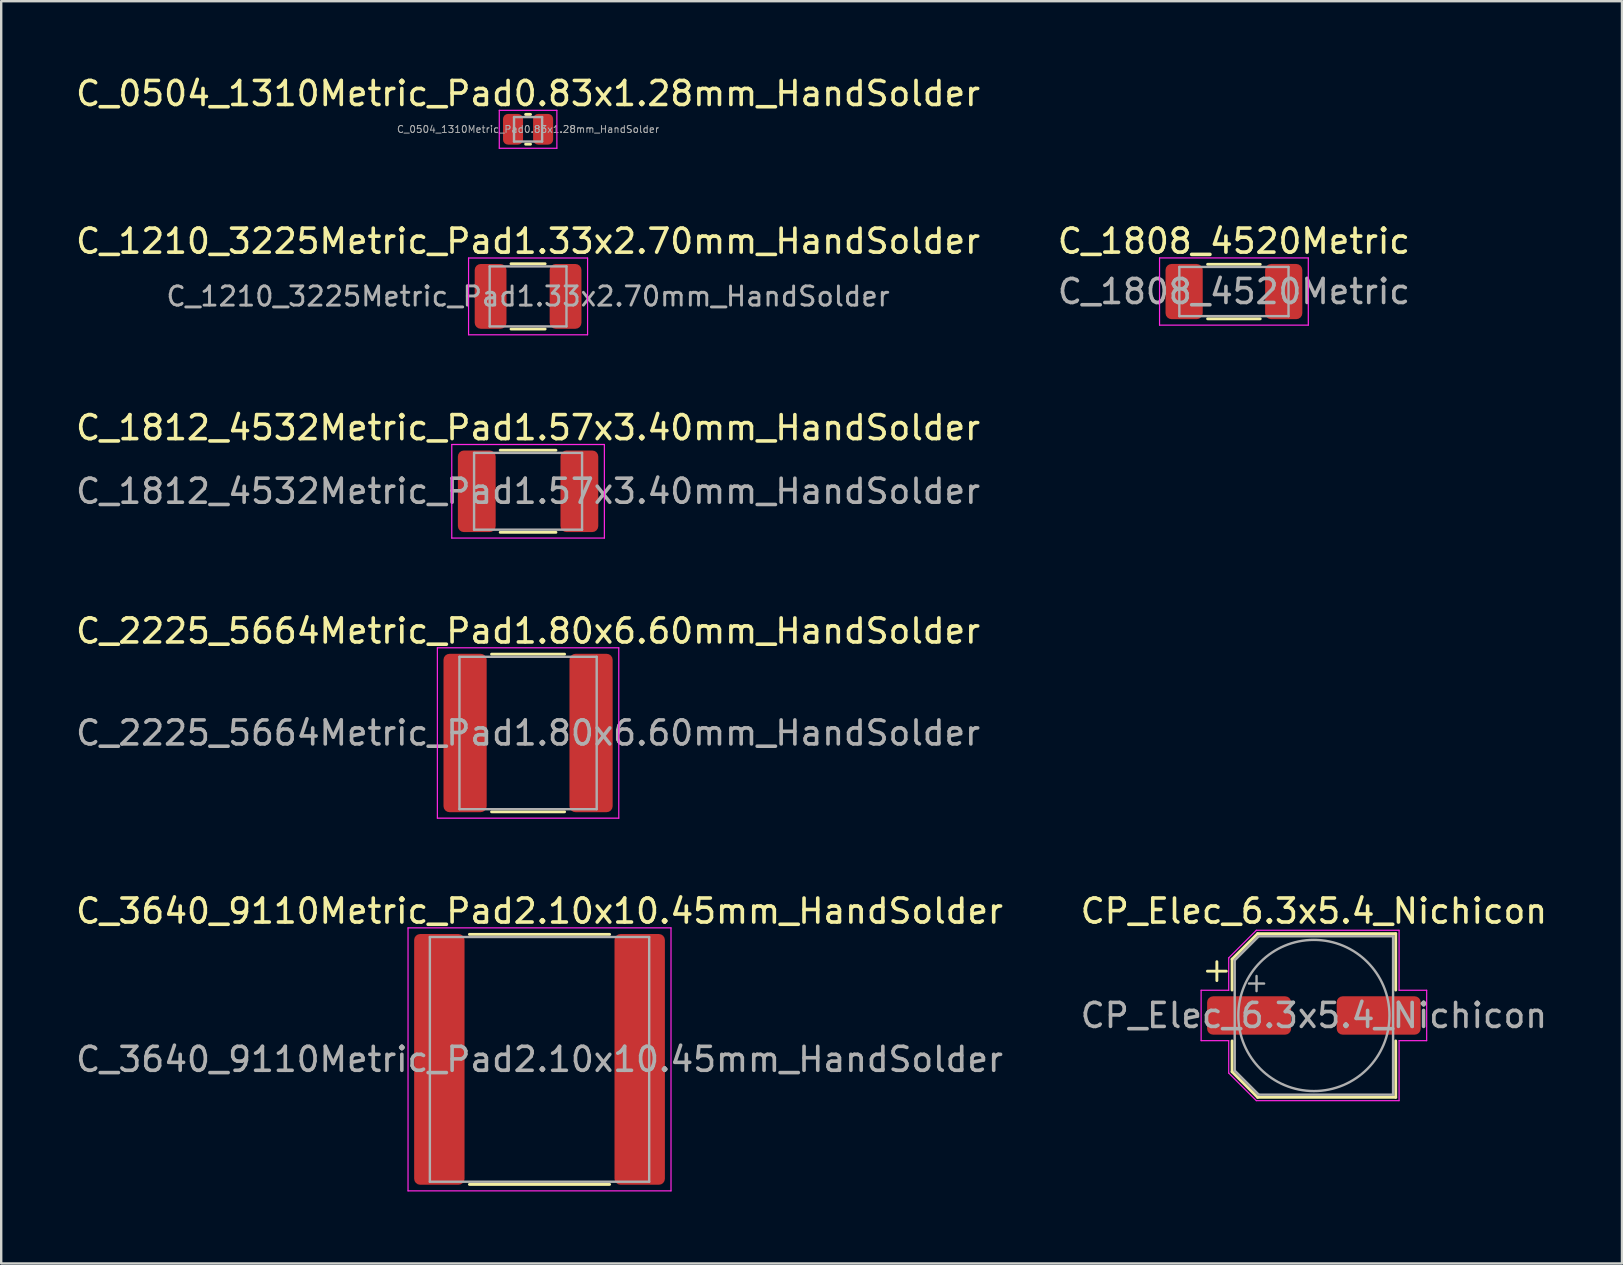
<source format=kicad_pcb>
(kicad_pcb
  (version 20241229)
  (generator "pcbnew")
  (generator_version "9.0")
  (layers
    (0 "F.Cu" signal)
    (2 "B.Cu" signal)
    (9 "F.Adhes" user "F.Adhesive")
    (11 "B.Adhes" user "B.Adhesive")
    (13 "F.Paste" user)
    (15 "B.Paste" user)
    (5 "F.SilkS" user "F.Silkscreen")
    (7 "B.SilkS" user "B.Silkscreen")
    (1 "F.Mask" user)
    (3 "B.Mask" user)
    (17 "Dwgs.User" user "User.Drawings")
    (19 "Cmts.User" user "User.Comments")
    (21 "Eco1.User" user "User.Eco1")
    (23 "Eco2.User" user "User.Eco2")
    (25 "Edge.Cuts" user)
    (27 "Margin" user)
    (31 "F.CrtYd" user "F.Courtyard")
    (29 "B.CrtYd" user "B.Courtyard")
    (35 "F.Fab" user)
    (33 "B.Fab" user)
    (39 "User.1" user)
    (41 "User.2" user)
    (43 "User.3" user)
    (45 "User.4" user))
  (footprint "C_1812_4532Metric_Pad1.57x3.40mm_HandSolder"
    (layer "F.Cu")
    (at 18.958 17.425)
    (property "Reference" "C_1812_4532Metric_Pad1.57x3.40mm_HandSolder" (at 0 -2.65 0) (layer "F.SilkS") (effects (font (size 1 1) (thickness 0.15))))
    (attr smd)
    (fp_line (start -1.161 -1.71) (end 1.161 -1.71) (stroke (width 0.12) (type solid)) (layer "F.SilkS"))
    (fp_line (start -1.161 1.71) (end 1.161 1.71) (stroke (width 0.12) (type solid)) (layer "F.SilkS"))
    (fp_line (start -3.18 -1.95) (end 3.18 -1.95) (stroke (width 0.05) (type solid)) (layer "F.CrtYd"))
    (fp_line (start -3.18 1.95) (end -3.18 -1.95) (stroke (width 0.05) (type solid)) (layer "F.CrtYd"))
    (fp_line (start 3.18 -1.95) (end 3.18 1.95) (stroke (width 0.05) (type solid)) (layer "F.CrtYd"))
    (fp_line (start 3.18 1.95) (end -3.18 1.95) (stroke (width 0.05) (type solid)) (layer "F.CrtYd"))
    (fp_line (start -2.25 -1.6) (end 2.25 -1.6) (stroke (width 0.1) (type solid)) (layer "F.Fab"))
    (fp_line (start -2.25 1.6) (end -2.25 -1.6) (stroke (width 0.1) (type solid)) (layer "F.Fab"))
    (fp_line (start 2.25 -1.6) (end 2.25 1.6) (stroke (width 0.1) (type solid)) (layer "F.Fab"))
    (fp_line (start 2.25 1.6) (end -2.25 1.6) (stroke (width 0.1) (type solid)) (layer "F.Fab"))
    (fp_text user "${REFERENCE}" (at 0 0 0) (layer "F.Fab") (effects (font (size 1 1) (thickness 0.15))))
    (pad "1" smd roundrect (at -2.138 0) (size 1.575 3.4) (layers "F.Cu" "F.Mask" "F.Paste") (roundrect_rratio 0.159))
    (pad "2" smd roundrect (at 2.138 0) (size 1.575 3.4) (layers "F.Cu" "F.Mask" "F.Paste") (roundrect_rratio 0.159)))
  (footprint "C_2225_5664Metric_Pad1.80x6.60mm_HandSolder"
    (layer "F.Cu")
    (at 18.958 27.498)
    (property "Reference" "C_2225_5664Metric_Pad1.80x6.60mm_HandSolder" (at 0 -4.25 0) (layer "F.SilkS") (effects (font (size 1 1) (thickness 0.15))))
    (attr smd)
    (fp_line (start -1.522 -3.285) (end 1.522 -3.285) (stroke (width 0.12) (type solid)) (layer "F.SilkS"))
    (fp_line (start -1.522 3.285) (end 1.522 3.285) (stroke (width 0.12) (type solid)) (layer "F.SilkS"))
    (fp_line (start -3.78 -3.55) (end 3.78 -3.55) (stroke (width 0.05) (type solid)) (layer "F.CrtYd"))
    (fp_line (start -3.78 3.55) (end -3.78 -3.55) (stroke (width 0.05) (type solid)) (layer "F.CrtYd"))
    (fp_line (start 3.78 -3.55) (end 3.78 3.55) (stroke (width 0.05) (type solid)) (layer "F.CrtYd"))
    (fp_line (start 3.78 3.55) (end -3.78 3.55) (stroke (width 0.05) (type solid)) (layer "F.CrtYd"))
    (fp_line (start -2.86 -3.175) (end 2.86 -3.175) (stroke (width 0.1) (type solid)) (layer "F.Fab"))
    (fp_line (start -2.86 3.175) (end -2.86 -3.175) (stroke (width 0.1) (type solid)) (layer "F.Fab"))
    (fp_line (start 2.86 -3.175) (end 2.86 3.175) (stroke (width 0.1) (type solid)) (layer "F.Fab"))
    (fp_line (start 2.86 3.175) (end -2.86 3.175) (stroke (width 0.1) (type solid)) (layer "F.Fab"))
    (fp_text user "${REFERENCE}" (at 0 0 0) (layer "F.Fab") (effects (font (size 1 1) (thickness 0.15))))
    (pad "1" smd roundrect (at -2.625 0) (size 1.8 6.6) (layers "F.Cu" "F.Mask" "F.Paste") (roundrect_rratio 0.139))
    (pad "2" smd roundrect (at 2.625 0) (size 1.8 6.6) (layers "F.Cu" "F.Mask" "F.Paste") (roundrect_rratio 0.139)))
  (footprint "C_0504_1310Metric_Pad0.83x1.28mm_HandSolder"
    (layer "F.Cu")
    (at 18.958 2.338)
    (property "Reference" "C_0504_1310Metric_Pad0.83x1.28mm_HandSolder" (at 0 -1.49 0) (layer "F.SilkS") (effects (font (size 1 1) (thickness 0.15))))
    (attr smd)
    (fp_line (start -0.102 -0.62) (end 0.102 -0.62) (stroke (width 0.12) (type solid)) (layer "F.SilkS"))
    (fp_line (start -0.102 0.62) (end 0.102 0.62) (stroke (width 0.12) (type solid)) (layer "F.SilkS"))
    (fp_line (start -1.2 -0.79) (end 1.2 -0.79) (stroke (width 0.05) (type solid)) (layer "F.CrtYd"))
    (fp_line (start -1.2 0.79) (end -1.2 -0.79) (stroke (width 0.05) (type solid)) (layer "F.CrtYd"))
    (fp_line (start 1.2 -0.79) (end 1.2 0.79) (stroke (width 0.05) (type solid)) (layer "F.CrtYd"))
    (fp_line (start 1.2 0.79) (end -1.2 0.79) (stroke (width 0.05) (type solid)) (layer "F.CrtYd"))
    (fp_line (start -0.585 -0.51) (end 0.585 -0.51) (stroke (width 0.1) (type solid)) (layer "F.Fab"))
    (fp_line (start -0.585 0.51) (end -0.585 -0.51) (stroke (width 0.1) (type solid)) (layer "F.Fab"))
    (fp_line (start 0.585 -0.51) (end 0.585 0.51) (stroke (width 0.1) (type solid)) (layer "F.Fab"))
    (fp_line (start 0.585 0.51) (end -0.585 0.51) (stroke (width 0.1) (type solid)) (layer "F.Fab"))
    (fp_text user "${REFERENCE}" (at 0 0 0) (layer "F.Fab") (effects (font (size 0.29 0.29) (thickness 0.04))))
    (pad "1" smd roundrect (at -0.627 0) (size 0.835 1.28) (layers "F.Cu" "F.Mask" "F.Paste") (roundrect_rratio 0.25))
    (pad "2" smd roundrect (at 0.627 0) (size 0.835 1.28) (layers "F.Cu" "F.Mask" "F.Paste") (roundrect_rratio 0.25)))
  (footprint "C_1210_3225Metric_Pad1.33x2.70mm_HandSolder"
    (layer "F.Cu")
    (at 18.958 9.302)
    (property "Reference" "C_1210_3225Metric_Pad1.33x2.70mm_HandSolder" (at 0 -2.3 0) (layer "F.SilkS") (effects (font (size 1 1) (thickness 0.15))))
    (attr smd)
    (fp_line (start -0.711 -1.36) (end 0.711 -1.36) (stroke (width 0.12) (type solid)) (layer "F.SilkS"))
    (fp_line (start -0.711 1.36) (end 0.711 1.36) (stroke (width 0.12) (type solid)) (layer "F.SilkS"))
    (fp_line (start -2.48 -1.6) (end 2.48 -1.6) (stroke (width 0.05) (type solid)) (layer "F.CrtYd"))
    (fp_line (start -2.48 1.6) (end -2.48 -1.6) (stroke (width 0.05) (type solid)) (layer "F.CrtYd"))
    (fp_line (start 2.48 -1.6) (end 2.48 1.6) (stroke (width 0.05) (type solid)) (layer "F.CrtYd"))
    (fp_line (start 2.48 1.6) (end -2.48 1.6) (stroke (width 0.05) (type solid)) (layer "F.CrtYd"))
    (fp_line (start -1.6 -1.25) (end 1.6 -1.25) (stroke (width 0.1) (type solid)) (layer "F.Fab"))
    (fp_line (start -1.6 1.25) (end -1.6 -1.25) (stroke (width 0.1) (type solid)) (layer "F.Fab"))
    (fp_line (start 1.6 -1.25) (end 1.6 1.25) (stroke (width 0.1) (type solid)) (layer "F.Fab"))
    (fp_line (start 1.6 1.25) (end -1.6 1.25) (stroke (width 0.1) (type solid)) (layer "F.Fab"))
    (fp_text user "${REFERENCE}" (at 0 0 0) (layer "F.Fab") (effects (font (size 0.8 0.8) (thickness 0.12))))
    (pad "1" smd roundrect (at -1.562 0) (size 1.325 2.7) (layers "F.Cu" "F.Mask" "F.Paste") (roundrect_rratio 0.189))
    (pad "2" smd roundrect (at 1.562 0) (size 1.325 2.7) (layers "F.Cu" "F.Mask" "F.Paste") (roundrect_rratio 0.189)))
  (footprint "CP_Elec_6.3x5.4_Nichicon"
    (layer "F.Cu")
    (at 51.708 39.271)
    (property "Reference" "CP_Elec_6.3x5.4_Nichicon" (at 0 -4.35 0) (layer "F.SilkS") (effects (font (size 1 1) (thickness 0.15))))
    (attr smd)
    (fp_line (start -4.438 -1.847) (end -3.65 -1.847) (stroke (width 0.12) (type solid)) (layer "F.SilkS"))
    (fp_line (start -4.044 -2.241) (end -4.044 -1.454) (stroke (width 0.12) (type solid)) (layer "F.SilkS"))
    (fp_line (start -3.41 -2.346) (end -3.41 -1.06) (stroke (width 0.12) (type solid)) (layer "F.SilkS"))
    (fp_line (start -3.41 -2.346) (end -2.346 -3.41) (stroke (width 0.12) (type solid)) (layer "F.SilkS"))
    (fp_line (start -3.41 2.346) (end -3.41 1.06) (stroke (width 0.12) (type solid)) (layer "F.SilkS"))
    (fp_line (start -3.41 2.346) (end -2.346 3.41) (stroke (width 0.12) (type solid)) (layer "F.SilkS"))
    (fp_line (start -2.346 -3.41) (end 3.41 -3.41) (stroke (width 0.12) (type solid)) (layer "F.SilkS"))
    (fp_line (start -2.346 3.41) (end 3.41 3.41) (stroke (width 0.12) (type solid)) (layer "F.SilkS"))
    (fp_line (start 3.41 -3.41) (end 3.41 -1.06) (stroke (width 0.12) (type solid)) (layer "F.SilkS"))
    (fp_line (start 3.41 3.41) (end 3.41 1.06) (stroke (width 0.12) (type solid)) (layer "F.SilkS"))
    (fp_line (start -4.7 -1.05) (end -4.7 1.05) (stroke (width 0.05) (type solid)) (layer "F.CrtYd"))
    (fp_line (start -4.7 1.05) (end -3.55 1.05) (stroke (width 0.05) (type solid)) (layer "F.CrtYd"))
    (fp_line (start -3.55 -2.4) (end -3.55 -1.05) (stroke (width 0.05) (type solid)) (layer "F.CrtYd"))
    (fp_line (start -3.55 -2.4) (end -2.4 -3.55) (stroke (width 0.05) (type solid)) (layer "F.CrtYd"))
    (fp_line (start -3.55 -1.05) (end -4.7 -1.05) (stroke (width 0.05) (type solid)) (layer "F.CrtYd"))
    (fp_line (start -3.55 1.05) (end -3.55 2.4) (stroke (width 0.05) (type solid)) (layer "F.CrtYd"))
    (fp_line (start -3.55 2.4) (end -2.4 3.55) (stroke (width 0.05) (type solid)) (layer "F.CrtYd"))
    (fp_line (start -2.4 -3.55) (end 3.55 -3.55) (stroke (width 0.05) (type solid)) (layer "F.CrtYd"))
    (fp_line (start -2.4 3.55) (end 3.55 3.55) (stroke (width 0.05) (type solid)) (layer "F.CrtYd"))
    (fp_line (start 3.55 -3.55) (end 3.55 -1.05) (stroke (width 0.05) (type solid)) (layer "F.CrtYd"))
    (fp_line (start 3.55 -1.05) (end 4.7 -1.05) (stroke (width 0.05) (type solid)) (layer "F.CrtYd"))
    (fp_line (start 3.55 1.05) (end 3.55 3.55) (stroke (width 0.05) (type solid)) (layer "F.CrtYd"))
    (fp_line (start 4.7 -1.05) (end 4.7 1.05) (stroke (width 0.05) (type solid)) (layer "F.CrtYd"))
    (fp_line (start 4.7 1.05) (end 3.55 1.05) (stroke (width 0.05) (type solid)) (layer "F.CrtYd"))
    (fp_line (start -3.3 -2.3) (end -3.3 2.3) (stroke (width 0.1) (type solid)) (layer "F.Fab"))
    (fp_line (start -3.3 -2.3) (end -2.3 -3.3) (stroke (width 0.1) (type solid)) (layer "F.Fab"))
    (fp_line (start -3.3 2.3) (end -2.3 3.3) (stroke (width 0.1) (type solid)) (layer "F.Fab"))
    (fp_line (start -2.705 -1.33) (end -2.075 -1.33) (stroke (width 0.1) (type solid)) (layer "F.Fab"))
    (fp_line (start -2.39 -1.645) (end -2.39 -1.015) (stroke (width 0.1) (type solid)) (layer "F.Fab"))
    (fp_line (start -2.3 -3.3) (end 3.3 -3.3) (stroke (width 0.1) (type solid)) (layer "F.Fab"))
    (fp_line (start -2.3 3.3) (end 3.3 3.3) (stroke (width 0.1) (type solid)) (layer "F.Fab"))
    (fp_line (start 3.3 -3.3) (end 3.3 3.3) (stroke (width 0.1) (type solid)) (layer "F.Fab"))
    (fp_circle (center 0 0) (end 3.15 0) (stroke (width 0.1) (type solid)) (fill no) (layer "F.Fab"))
    (fp_text user "${REFERENCE}" (at 0 0 0) (layer "F.Fab") (effects (font (size 1 1) (thickness 0.15))))
    (pad "1" smd roundrect (at -2.7 0) (size 3.5 1.6) (layers "F.Cu" "F.Mask" "F.Paste") (roundrect_rratio 0.156))
    (pad "2" smd roundrect (at 2.7 0) (size 3.5 1.6) (layers "F.Cu" "F.Mask" "F.Paste") (roundrect_rratio 0.156)))
  (footprint "C_1808_4520Metric"
    (layer "F.Cu")
    (at 48.375 9.101)
    (property "Reference" "C_1808_4520Metric" (at 0 -2.1 0) (layer "F.SilkS") (effects (font (size 1 1) (thickness 0.15))))
    (attr smd)
    (fp_line (start -1.097 -1.135) (end 1.097 -1.135) (stroke (width 0.12) (type solid)) (layer "F.SilkS"))
    (fp_line (start -1.097 1.135) (end 1.097 1.135) (stroke (width 0.12) (type solid)) (layer "F.SilkS"))
    (fp_line (start -3.1 -1.4) (end 3.1 -1.4) (stroke (width 0.05) (type solid)) (layer "F.CrtYd"))
    (fp_line (start -3.1 1.4) (end -3.1 -1.4) (stroke (width 0.05) (type solid)) (layer "F.CrtYd"))
    (fp_line (start 3.1 -1.4) (end 3.1 1.4) (stroke (width 0.05) (type solid)) (layer "F.CrtYd"))
    (fp_line (start 3.1 1.4) (end -3.1 1.4) (stroke (width 0.05) (type solid)) (layer "F.CrtYd"))
    (fp_line (start -2.275 -1.025) (end 2.275 -1.025) (stroke (width 0.1) (type solid)) (layer "F.Fab"))
    (fp_line (start -2.275 1.025) (end -2.275 -1.025) (stroke (width 0.1) (type solid)) (layer "F.Fab"))
    (fp_line (start 2.275 -1.025) (end 2.275 1.025) (stroke (width 0.1) (type solid)) (layer "F.Fab"))
    (fp_line (start 2.275 1.025) (end -2.275 1.025) (stroke (width 0.1) (type solid)) (layer "F.Fab"))
    (fp_text user "${REFERENCE}" (at 0 0 0) (layer "F.Fab") (effects (font (size 1 1) (thickness 0.15))))
    (pad "1" smd roundrect (at -2.075 0) (size 1.55 2.3) (layers "F.Cu" "F.Mask" "F.Paste") (roundrect_rratio 0.161))
    (pad "2" smd roundrect (at 2.075 0) (size 1.55 2.3) (layers "F.Cu" "F.Mask" "F.Paste") (roundrect_rratio 0.161)))
  (footprint "C_3640_9110Metric_Pad2.10x10.45mm_HandSolder"
    (layer "F.Cu")
    (at 19.435 41.101)
    (property "Reference" "C_3640_9110Metric_Pad2.10x10.45mm_HandSolder" (at 0 -6.18 0) (layer "F.SilkS") (effects (font (size 1 1) (thickness 0.15))))
    (attr smd)
    (fp_line (start -2.922 -5.21) (end 2.922 -5.21) (stroke (width 0.12) (type solid)) (layer "F.SilkS"))
    (fp_line (start -2.922 5.21) (end 2.922 5.21) (stroke (width 0.12) (type solid)) (layer "F.SilkS"))
    (fp_line (start -5.48 -5.48) (end 5.48 -5.48) (stroke (width 0.05) (type solid)) (layer "F.CrtYd"))
    (fp_line (start -5.48 5.48) (end -5.48 -5.48) (stroke (width 0.05) (type solid)) (layer "F.CrtYd"))
    (fp_line (start 5.48 -5.48) (end 5.48 5.48) (stroke (width 0.05) (type solid)) (layer "F.CrtYd"))
    (fp_line (start 5.48 5.48) (end -5.48 5.48) (stroke (width 0.05) (type solid)) (layer "F.CrtYd"))
    (fp_line (start -4.57 -5.1) (end 4.57 -5.1) (stroke (width 0.1) (type solid)) (layer "F.Fab"))
    (fp_line (start -4.57 5.1) (end -4.57 -5.1) (stroke (width 0.1) (type solid)) (layer "F.Fab"))
    (fp_line (start 4.57 -5.1) (end 4.57 5.1) (stroke (width 0.1) (type solid)) (layer "F.Fab"))
    (fp_line (start 4.57 5.1) (end -4.57 5.1) (stroke (width 0.1) (type solid)) (layer "F.Fab"))
    (fp_text user "${REFERENCE}" (at 0 0 0) (layer "F.Fab") (effects (font (size 1 1) (thickness 0.15))))
    (pad "1" smd roundrect (at -4.175 0) (size 2.1 10.45) (layers "F.Cu" "F.Mask" "F.Paste") (roundrect_rratio 0.119))
    (pad "2" smd roundrect (at 4.175 0) (size 2.1 10.45) (layers "F.Cu" "F.Mask" "F.Paste") (roundrect_rratio 0.119)))
  (gr_rect
    (start -3 -3)
    (end 64.548 49.606)
    (stroke (width 0.1) (type default))
    (fill no)
    (layer "Edge.Cuts")))
</source>
